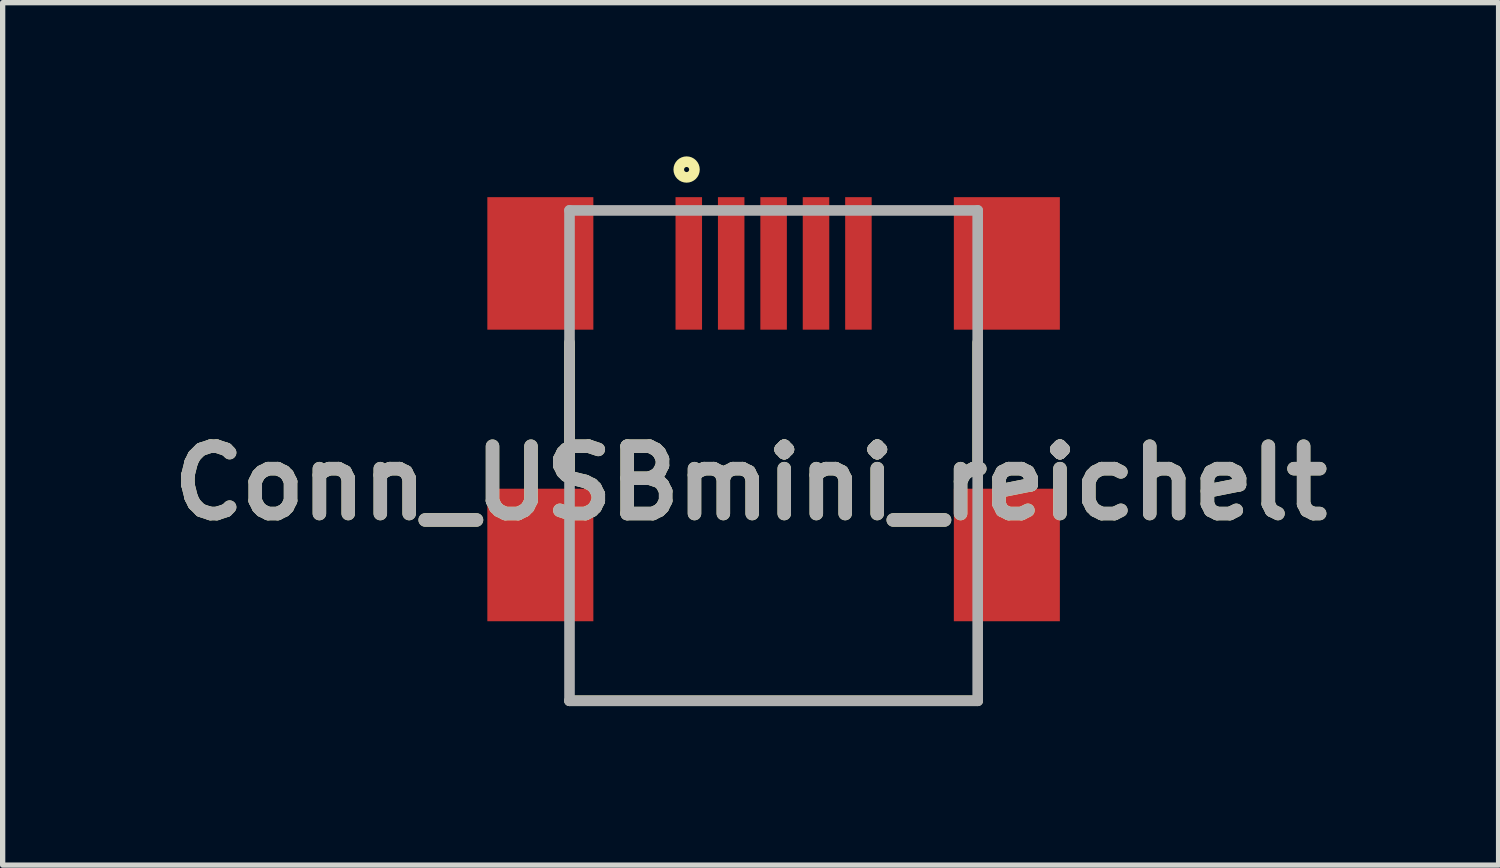
<source format=kicad_pcb>
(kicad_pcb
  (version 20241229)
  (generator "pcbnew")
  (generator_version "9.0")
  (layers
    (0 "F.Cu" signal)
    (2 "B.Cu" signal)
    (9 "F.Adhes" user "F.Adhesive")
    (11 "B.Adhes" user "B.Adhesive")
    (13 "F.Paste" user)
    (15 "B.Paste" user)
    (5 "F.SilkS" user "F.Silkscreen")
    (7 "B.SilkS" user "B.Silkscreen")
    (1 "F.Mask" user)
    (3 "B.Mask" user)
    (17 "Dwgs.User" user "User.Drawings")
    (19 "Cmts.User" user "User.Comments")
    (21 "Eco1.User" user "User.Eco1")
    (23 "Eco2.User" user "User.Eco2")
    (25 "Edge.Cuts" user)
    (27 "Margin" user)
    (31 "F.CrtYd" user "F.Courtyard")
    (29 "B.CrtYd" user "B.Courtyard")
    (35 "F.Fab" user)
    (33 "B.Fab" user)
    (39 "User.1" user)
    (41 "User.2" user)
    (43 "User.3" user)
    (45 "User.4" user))
  (footprint "Conn_USBmini_reichelt"
    (layer "F.Cu")
    (at 11.543 0.919)
    (property "Reference" "Conn_USBmini_reichelt" (at -0.434 5.144 180) (layer "F.SilkS") (effects (font (size 1.27 1.27) (thickness 0.254))))
    (attr through_hole)
    (fp_line (start -3.85 2.492) (end -3.85 4.98) (stroke (width 0.2) (type solid)) (layer "F.SilkS"))
    (fp_line (start -3.85 9.25) (end 3.85 9.25) (stroke (width 0.2) (type solid)) (layer "F.SilkS"))
    (fp_line (start 3.85 2.492) (end 3.85 4.98) (stroke (width 0.2) (type solid)) (layer "F.SilkS"))
    (fp_circle (center -1.641 -0.771) (end -1.641 -0.723) (stroke (width 0.2) (type solid)) (fill no) (layer "F.SilkS"))
    (fp_line (start -3.85 0) (end 3.85 0) (stroke (width 0.2) (type solid)) (layer "F.Fab"))
    (fp_line (start -3.85 9.25) (end -3.85 0) (stroke (width 0.2) (type solid)) (layer "F.Fab"))
    (fp_line (start 3.85 0) (end 3.85 9.25) (stroke (width 0.2) (type solid)) (layer "F.Fab"))
    (fp_line (start 3.85 9.25) (end -3.85 9.25) (stroke (width 0.2) (type solid)) (layer "F.Fab"))
    (fp_text user "${REFERENCE}" (at -0.434 5.144 180) (layer "F.Fab") (effects (font (size 1.27 1.27) (thickness 0.254))))
    (pad "" np_thru_hole circle (at -2.2 3.6) (size 0.001 0.001) (drill 0.9) (layers "*.Cu" "*.Mask"))
    (pad "" np_thru_hole circle (at 2.2 3.6) (size 0.001 0.001) (drill 0.9) (layers "*.Cu" "*.Mask"))
    (pad "1" smd rect (at -1.6 1) (size 0.5 2.5) (layers "F.Cu" "F.Mask" "F.Paste"))
    (pad "2" smd rect (at -0.8 1) (size 0.5 2.5) (layers "F.Cu" "F.Mask" "F.Paste"))
    (pad "3" smd rect (at 0 1) (size 0.5 2.5) (layers "F.Cu" "F.Mask" "F.Paste"))
    (pad "4" smd rect (at 0.8 1) (size 0.5 2.5) (layers "F.Cu" "F.Mask" "F.Paste"))
    (pad "5" smd rect (at 1.6 1) (size 0.5 2.5) (layers "F.Cu" "F.Mask" "F.Paste"))
    (pad "6" smd rect (at -4.4 1) (size 2 2.5) (layers "F.Cu" "F.Mask" "F.Paste"))
    (pad "7" smd rect (at 4.4 1) (size 2 2.5) (layers "F.Cu" "F.Mask" "F.Paste"))
    (pad "8" smd rect (at 4.4 6.5) (size 2 2.5) (layers "F.Cu" "F.Mask" "F.Paste"))
    (pad "9" smd rect (at -4.4 6.5) (size 2 2.5) (layers "F.Cu" "F.Mask" "F.Paste")))
  (gr_rect
    (start -3 -3)
    (end 25.219 13.269)
    (stroke (width 0.1) (type default))
    (fill no)
    (layer "Edge.Cuts")))
</source>
